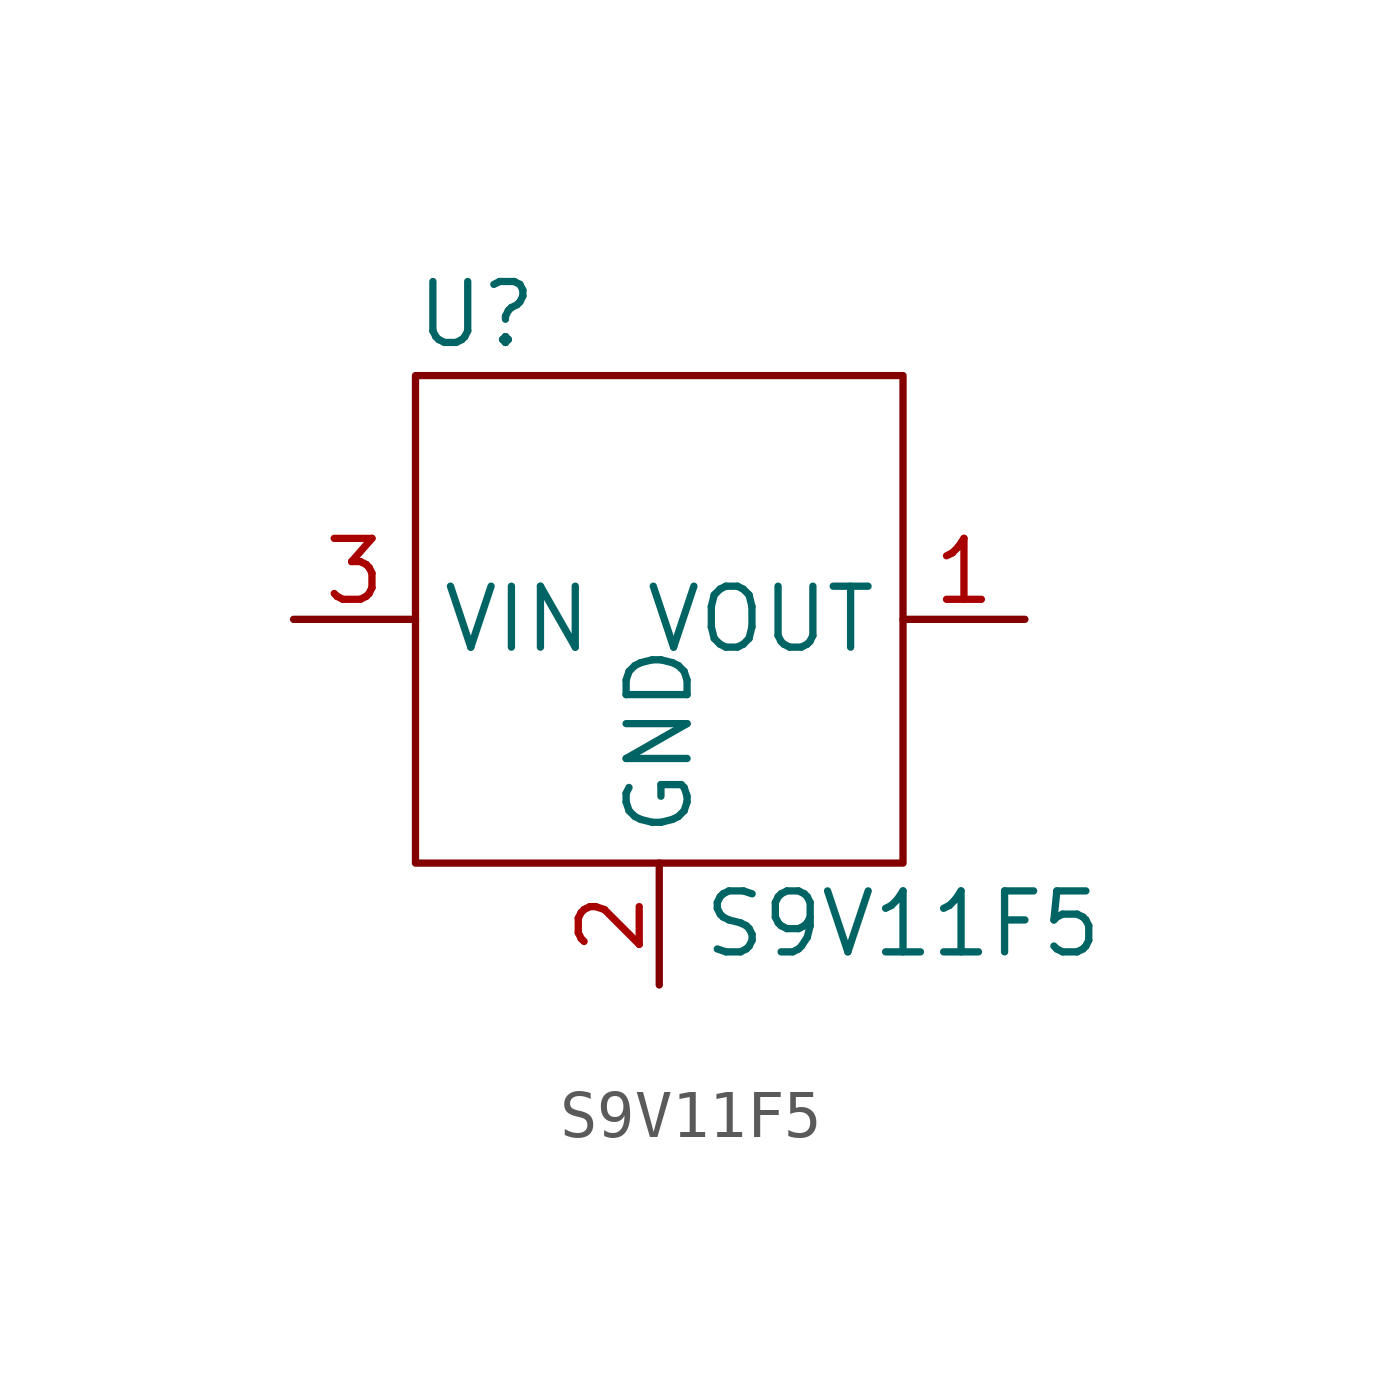
<source format=kicad_sym>
(kicad_symbol_lib
  (version 20211014)
  (generator kicad_symbol_editor)
  (symbol "S9V11F5"
    (property "Reference" "U"
      (at -3.81 6.35 0)
      (effects (font (size 1.27 1.27))))
    (property "Value" "S9V11F5"
      (at 5.08 -6.35 0)
      (effects (font (size 1.27 1.27))))
    (symbol "S9V11F5_0_1"
      (rectangle (start -5.08 5.08) (end 5.08 -5.08) (stroke (width 0.152) (type default) (color 0 0 0 0)) (fill (type none))))
    (symbol "S9V11F5_1_1"
      (pin power_out line (at 7.62 0 180) (length 2.54) (name "VOUT" (effects (font (size 1.27 1.27)))) (number "1" (effects (font (size 1.27 1.27)))))
      (pin power_in line (at 0 -7.62 90) (length 2.54) (name "GND" (effects (font (size 1.27 1.27)))) (number "2" (effects (font (size 1.27 1.27)))))
      (pin power_in line (at -7.62 0 0) (length 2.54) (name "VIN" (effects (font (size 1.27 1.27)))) (number "3" (effects (font (size 1.27 1.27))))))))
</source>
